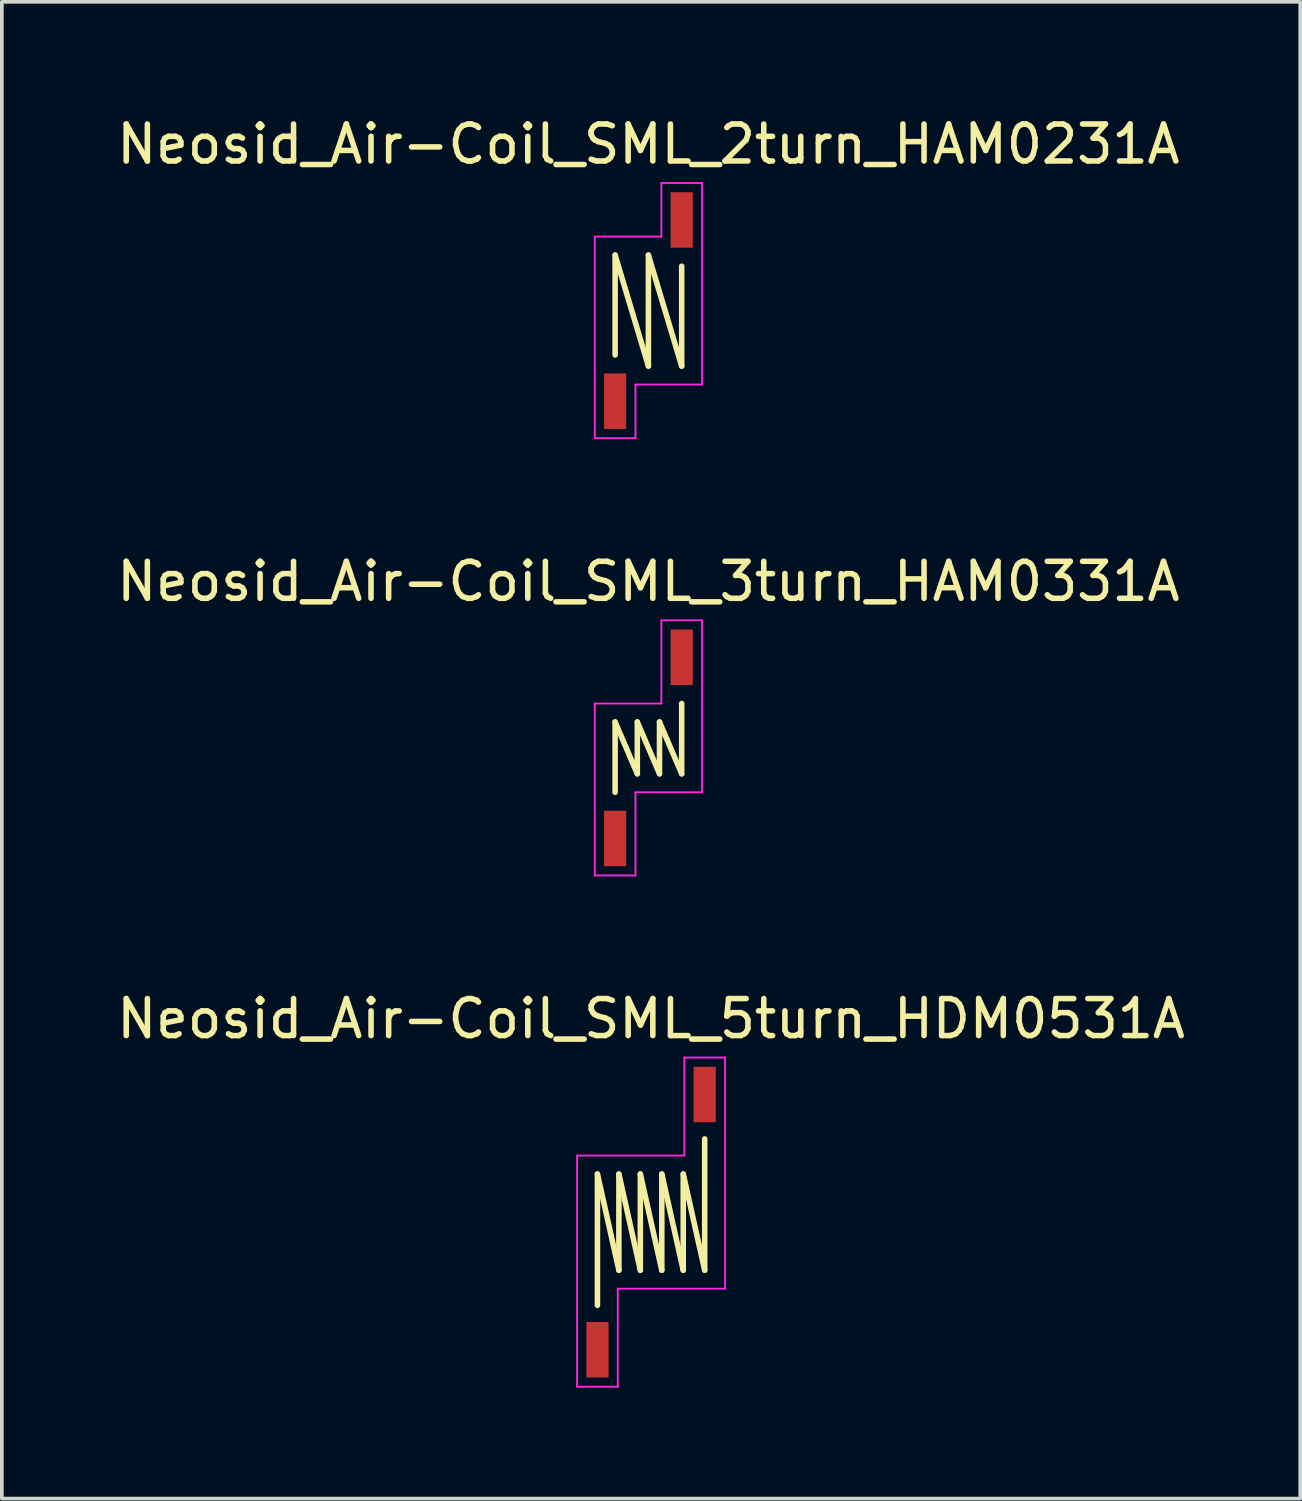
<source format=kicad_pcb>
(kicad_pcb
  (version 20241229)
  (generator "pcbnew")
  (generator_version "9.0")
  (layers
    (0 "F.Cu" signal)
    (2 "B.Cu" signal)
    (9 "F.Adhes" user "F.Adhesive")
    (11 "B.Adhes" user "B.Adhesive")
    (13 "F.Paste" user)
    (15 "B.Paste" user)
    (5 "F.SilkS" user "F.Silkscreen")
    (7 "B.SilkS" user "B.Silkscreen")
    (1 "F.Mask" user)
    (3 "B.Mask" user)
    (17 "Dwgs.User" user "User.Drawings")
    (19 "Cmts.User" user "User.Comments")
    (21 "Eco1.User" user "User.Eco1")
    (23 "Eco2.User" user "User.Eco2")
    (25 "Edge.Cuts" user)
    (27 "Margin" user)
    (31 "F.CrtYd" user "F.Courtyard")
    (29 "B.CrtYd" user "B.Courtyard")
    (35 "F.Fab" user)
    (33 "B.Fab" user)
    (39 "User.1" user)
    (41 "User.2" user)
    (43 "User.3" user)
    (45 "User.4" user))
  (footprint "Neosid_Air-Coil_SML_5turn_HDM0531A"
    (layer "F.Cu")
    (at 14.554 29.995)
    (property "Reference" "Neosid_Air-Coil_SML_5turn_HDM0531A" (at 0 -5.5 0) (layer "F.SilkS") (effects (font (size 1 1) (thickness 0.15))))
    (attr smd)
    (fp_line (start -1.45 -1.3) (end -1.45 2.25) (stroke (width 0.15) (type solid)) (layer "F.SilkS"))
    (fp_line (start -1.45 -1.3) (end -0.87 1.3) (stroke (width 0.15) (type solid)) (layer "F.SilkS"))
    (fp_line (start -0.87 -1.3) (end -0.87 1.3) (stroke (width 0.15) (type solid)) (layer "F.SilkS"))
    (fp_line (start -0.87 -1.3) (end -0.29 1.3) (stroke (width 0.15) (type solid)) (layer "F.SilkS"))
    (fp_line (start -0.29 -1.3) (end -0.29 1.3) (stroke (width 0.15) (type solid)) (layer "F.SilkS"))
    (fp_line (start -0.29 -1.3) (end 0.29 1.3) (stroke (width 0.15) (type solid)) (layer "F.SilkS"))
    (fp_line (start 0.29 -1.3) (end 0.29 1.3) (stroke (width 0.15) (type solid)) (layer "F.SilkS"))
    (fp_line (start 0.29 -1.3) (end 0.87 1.3) (stroke (width 0.15) (type solid)) (layer "F.SilkS"))
    (fp_line (start 0.87 -1.3) (end 0.87 1.3) (stroke (width 0.15) (type solid)) (layer "F.SilkS"))
    (fp_line (start 0.87 -1.3) (end 1.45 1.3) (stroke (width 0.15) (type solid)) (layer "F.SilkS"))
    (fp_line (start 1.45 1.3) (end 1.45 -2.25) (stroke (width 0.15) (type solid)) (layer "F.SilkS"))
    (fp_line (start -2 -1.8) (end -2 4.45) (stroke (width 0.05) (type solid)) (layer "F.CrtYd"))
    (fp_line (start -2 4.45) (end -0.9 4.45) (stroke (width 0.05) (type solid)) (layer "F.CrtYd"))
    (fp_line (start -0.9 1.8) (end 2 1.8) (stroke (width 0.05) (type solid)) (layer "F.CrtYd"))
    (fp_line (start -0.9 4.45) (end -0.9 1.8) (stroke (width 0.05) (type solid)) (layer "F.CrtYd"))
    (fp_line (start 0.9 -4.45) (end 0.9 -1.8) (stroke (width 0.05) (type solid)) (layer "F.CrtYd"))
    (fp_line (start 0.9 -1.8) (end -2 -1.8) (stroke (width 0.05) (type solid)) (layer "F.CrtYd"))
    (fp_line (start 2 -4.45) (end 0.9 -4.45) (stroke (width 0.05) (type solid)) (layer "F.CrtYd"))
    (fp_line (start 2 1.8) (end 2 -4.45) (stroke (width 0.05) (type solid)) (layer "F.CrtYd"))
    (pad "1" smd rect (at -1.45 3.45) (size 0.6 1.5) (layers "F.Cu" "F.Mask" "F.Paste"))
    (pad "2" smd rect (at 1.45 -3.45) (size 0.6 1.5) (layers "F.Cu" "F.Mask" "F.Paste")))
  (footprint "Neosid_Air-Coil_SML_3turn_HAM0331A"
    (layer "F.Cu")
    (at 14.482 17.172)
    (property "Reference" "Neosid_Air-Coil_SML_3turn_HAM0331A" (at 0 -4.5 0) (layer "F.SilkS") (effects (font (size 1 1) (thickness 0.15))))
    (attr smd)
    (fp_line (start -0.9 -0.7) (end -0.3 0.7) (stroke (width 0.15) (type solid)) (layer "F.SilkS"))
    (fp_line (start -0.9 1.2) (end -0.9 -0.7) (stroke (width 0.15) (type solid)) (layer "F.SilkS"))
    (fp_line (start -0.3 -0.7) (end 0.3 0.7) (stroke (width 0.15) (type solid)) (layer "F.SilkS"))
    (fp_line (start -0.3 0.7) (end -0.3 -0.7) (stroke (width 0.15) (type solid)) (layer "F.SilkS"))
    (fp_line (start 0.3 -0.7) (end 0.9 0.7) (stroke (width 0.15) (type solid)) (layer "F.SilkS"))
    (fp_line (start 0.3 0.7) (end 0.3 -0.7) (stroke (width 0.15) (type solid)) (layer "F.SilkS"))
    (fp_line (start 0.9 -1.2) (end 0.9 0.7) (stroke (width 0.15) (type solid)) (layer "F.SilkS"))
    (fp_line (start -1.45 -1.2) (end -1.45 3.45) (stroke (width 0.05) (type solid)) (layer "F.CrtYd"))
    (fp_line (start -1.45 3.45) (end -0.35 3.45) (stroke (width 0.05) (type solid)) (layer "F.CrtYd"))
    (fp_line (start -0.35 1.2) (end 1.45 1.2) (stroke (width 0.05) (type solid)) (layer "F.CrtYd"))
    (fp_line (start -0.35 3.45) (end -0.35 1.2) (stroke (width 0.05) (type solid)) (layer "F.CrtYd"))
    (fp_line (start 0.35 -3.45) (end 0.35 -1.2) (stroke (width 0.05) (type solid)) (layer "F.CrtYd"))
    (fp_line (start 0.35 -1.2) (end -1.45 -1.2) (stroke (width 0.05) (type solid)) (layer "F.CrtYd"))
    (fp_line (start 1.45 -3.45) (end 0.35 -3.45) (stroke (width 0.05) (type solid)) (layer "F.CrtYd"))
    (fp_line (start 1.45 1.2) (end 1.45 -3.45) (stroke (width 0.05) (type solid)) (layer "F.CrtYd"))
    (pad "1" smd rect (at -0.9 2.45) (size 0.6 1.5) (layers "F.Cu" "F.Mask" "F.Paste"))
    (pad "2" smd rect (at 0.9 -2.45) (size 0.6 1.5) (layers "F.Cu" "F.Mask" "F.Paste")))
  (footprint "Neosid_Air-Coil_SML_2turn_HAM0231A"
    (layer "F.Cu")
    (at 14.482 5.348)
    (property "Reference" "Neosid_Air-Coil_SML_2turn_HAM0231A" (at 0 -4.5 0) (layer "F.SilkS") (effects (font (size 1 1) (thickness 0.15))))
    (attr smd)
    (fp_line (start -0.9 -1.5) (end 0 1.5) (stroke (width 0.15) (type solid)) (layer "F.SilkS"))
    (fp_line (start -0.9 1.2) (end -0.9 -1.5) (stroke (width 0.15) (type solid)) (layer "F.SilkS"))
    (fp_line (start 0 -1.5) (end 0.9 1.5) (stroke (width 0.15) (type solid)) (layer "F.SilkS"))
    (fp_line (start 0 1.5) (end 0 -1.5) (stroke (width 0.15) (type solid)) (layer "F.SilkS"))
    (fp_line (start 0.9 -1.2) (end 0.9 1.5) (stroke (width 0.15) (type solid)) (layer "F.SilkS"))
    (fp_line (start -1.45 -2) (end -1.45 3.45) (stroke (width 0.05) (type solid)) (layer "F.CrtYd"))
    (fp_line (start -1.45 3.45) (end -0.35 3.45) (stroke (width 0.05) (type solid)) (layer "F.CrtYd"))
    (fp_line (start -0.35 2) (end 1.45 2) (stroke (width 0.05) (type solid)) (layer "F.CrtYd"))
    (fp_line (start -0.35 3.45) (end -0.35 2) (stroke (width 0.05) (type solid)) (layer "F.CrtYd"))
    (fp_line (start 0.35 -3.45) (end 0.35 -2) (stroke (width 0.05) (type solid)) (layer "F.CrtYd"))
    (fp_line (start 0.35 -2) (end -1.45 -2) (stroke (width 0.05) (type solid)) (layer "F.CrtYd"))
    (fp_line (start 1.45 -3.45) (end 0.35 -3.45) (stroke (width 0.05) (type solid)) (layer "F.CrtYd"))
    (fp_line (start 1.45 2) (end 1.45 -3.45) (stroke (width 0.05) (type solid)) (layer "F.CrtYd"))
    (pad "1" smd rect (at -0.9 2.45) (size 0.6 1.5) (layers "F.Cu" "F.Mask" "F.Paste"))
    (pad "2" smd rect (at 0.9 -2.45) (size 0.6 1.5) (layers "F.Cu" "F.Mask" "F.Paste")))
  (gr_rect
    (start -3 -3)
    (end 32.107 37.47)
    (stroke (width 0.1) (type default))
    (fill no)
    (layer "Edge.Cuts")))
</source>
